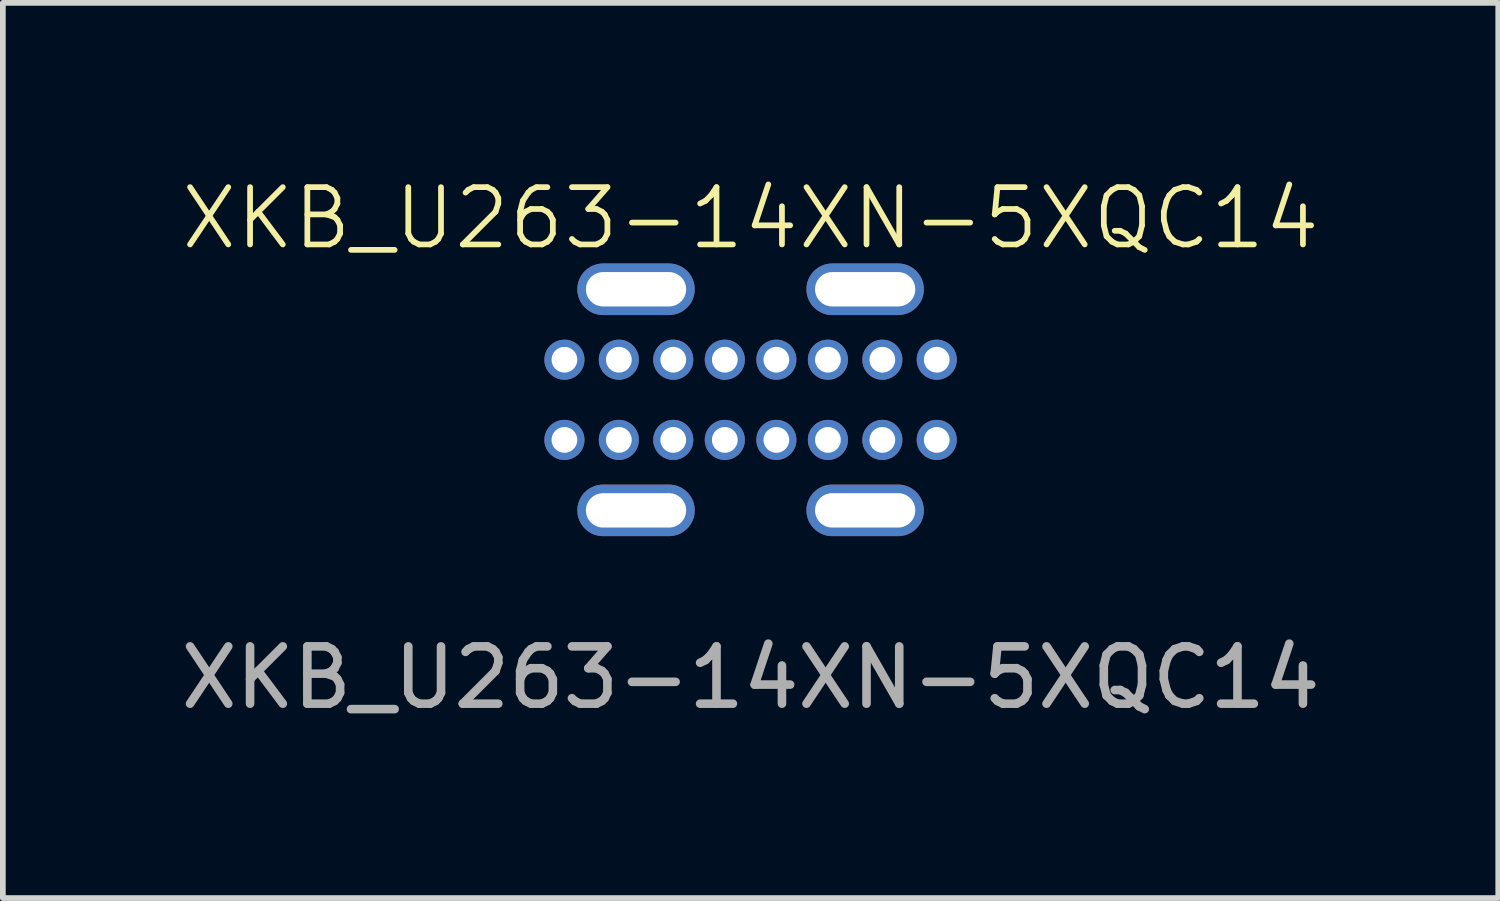
<source format=kicad_pcb>
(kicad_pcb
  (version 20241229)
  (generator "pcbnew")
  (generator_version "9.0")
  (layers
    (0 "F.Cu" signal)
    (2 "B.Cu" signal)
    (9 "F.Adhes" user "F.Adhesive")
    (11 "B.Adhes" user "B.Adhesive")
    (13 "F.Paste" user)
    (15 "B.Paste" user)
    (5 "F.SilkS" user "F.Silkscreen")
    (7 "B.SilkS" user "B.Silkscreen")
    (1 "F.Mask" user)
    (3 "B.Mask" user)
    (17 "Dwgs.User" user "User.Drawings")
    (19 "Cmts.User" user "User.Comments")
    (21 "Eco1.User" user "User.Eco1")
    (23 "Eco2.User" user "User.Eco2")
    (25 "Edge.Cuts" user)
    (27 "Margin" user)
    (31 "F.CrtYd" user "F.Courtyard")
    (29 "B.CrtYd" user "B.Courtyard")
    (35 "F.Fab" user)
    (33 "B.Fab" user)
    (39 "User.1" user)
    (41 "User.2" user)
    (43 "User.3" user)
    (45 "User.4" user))
  (footprint "XKB_U263-14XN-5XQC14"
    (layer "F.Cu")
    (at 10.054 3.93)
    (property "Reference" "XKB_U263-14XN-5XQC14" (at 0 -3.17 0) (unlocked yes) (layer "F.SilkS") (effects (font (size 1 1) (thickness 0.1))))
    (attr smd)
    (fp_text user "${REFERENCE}" (at 0 4.85 0) (unlocked yes) (layer "F.Fab") (effects (font (size 1 1) (thickness 0.15))))
    (pad "A1" thru_hole circle (at -3.25 -0.7) (size 0.7 0.7) (drill 0.45) (layers "*.Cu" "*.Mask"))
    (pad "A4" thru_hole circle (at -2.3 -0.7) (size 0.7 0.7) (drill 0.45) (layers "*.Cu" "*.Mask"))
    (pad "A5" thru_hole circle (at -1.35 -0.7) (size 0.7 0.7) (drill 0.45) (layers "*.Cu" "*.Mask"))
    (pad "A6" thru_hole circle (at -0.45 -0.7) (size 0.7 0.7) (drill 0.45) (layers "*.Cu" "*.Mask"))
    (pad "A7" thru_hole circle (at 0.45 -0.7) (size 0.7 0.7) (drill 0.45) (layers "*.Cu" "*.Mask"))
    (pad "A8" thru_hole circle (at 1.35 -0.7) (size 0.7 0.7) (drill 0.45) (layers "*.Cu" "*.Mask"))
    (pad "A9" thru_hole circle (at 2.3 -0.7) (size 0.7 0.7) (drill 0.45) (layers "*.Cu" "*.Mask"))
    (pad "A12" thru_hole circle (at 3.25 -0.7) (size 0.7 0.7) (drill 0.45) (layers "*.Cu" "*.Mask"))
    (pad "B1" thru_hole circle (at 3.25 0.7) (size 0.7 0.7) (drill 0.45) (layers "*.Cu" "*.Mask"))
    (pad "B4" thru_hole circle (at 2.3 0.7) (size 0.7 0.7) (drill 0.45) (layers "*.Cu" "*.Mask"))
    (pad "B5" thru_hole circle (at 1.35 0.7) (size 0.7 0.7) (drill 0.45) (layers "*.Cu" "*.Mask"))
    (pad "B6" thru_hole circle (at 0.45 0.7) (size 0.7 0.7) (drill 0.45) (layers "*.Cu" "*.Mask"))
    (pad "B7" thru_hole circle (at -0.45 0.7) (size 0.7 0.7) (drill 0.45) (layers "*.Cu" "*.Mask"))
    (pad "B8" thru_hole circle (at -1.35 0.7) (size 0.7 0.7) (drill 0.45) (layers "*.Cu" "*.Mask"))
    (pad "B9" thru_hole circle (at -2.3 0.7) (size 0.7 0.7) (drill 0.45) (layers "*.Cu" "*.Mask"))
    (pad "B12" thru_hole circle (at -3.25 0.7) (size 0.7 0.7) (drill 0.45) (layers "*.Cu" "*.Mask"))
    (pad "MP" thru_hole oval (at -2 -1.93) (size 2.05 0.9) (drill oval 1.75 0.6) (layers "*.Cu" "*.Mask"))
    (pad "MP" thru_hole oval (at -2 1.93) (size 2.05 0.9) (drill oval 1.75 0.6) (layers "*.Cu" "*.Mask"))
    (pad "MP" thru_hole oval (at 2 -1.93) (size 2.05 0.9) (drill oval 1.75 0.6) (layers "*.Cu" "*.Mask"))
    (pad "MP" thru_hole oval (at 2 1.93) (size 2.05 0.9) (drill oval 1.75 0.6) (layers "*.Cu" "*.Mask")))
  (gr_rect
    (start -3 -3)
    (end 23.107 12.629)
    (stroke (width 0.1) (type default))
    (fill no)
    (layer "Edge.Cuts")))
</source>
